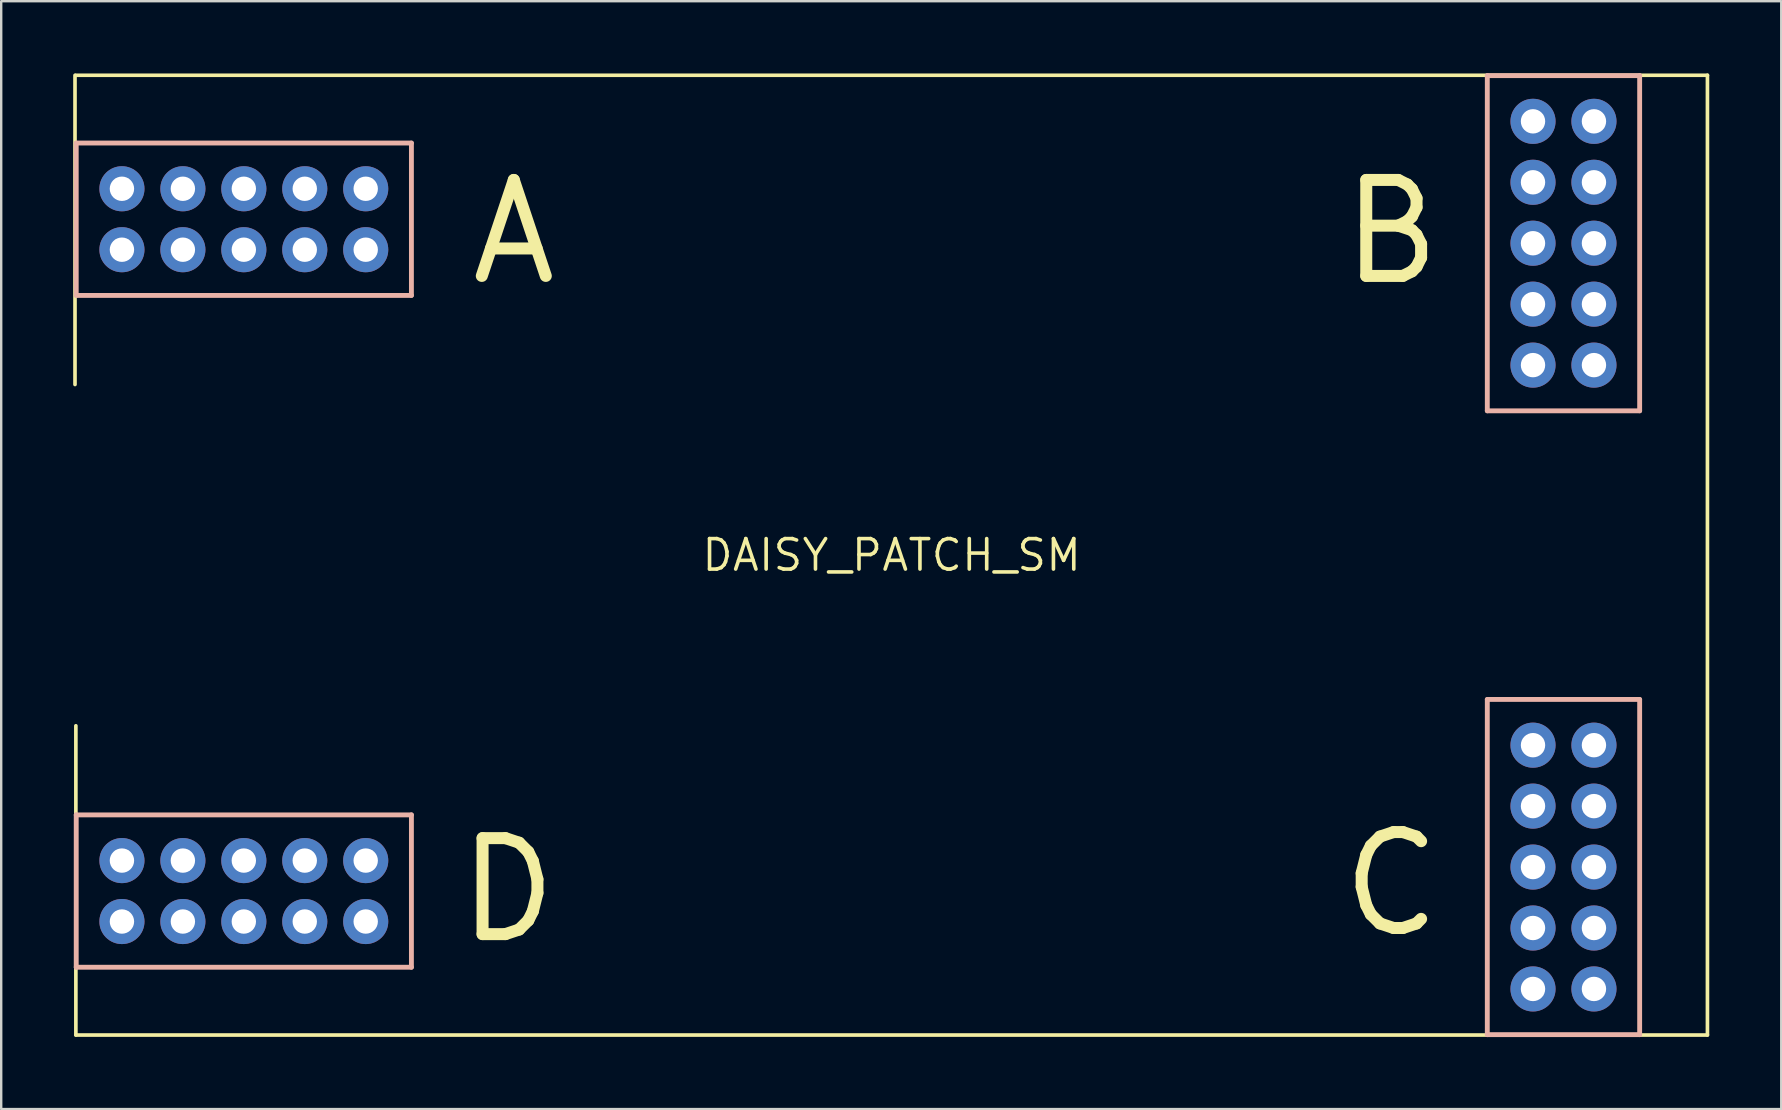
<source format=kicad_pcb>
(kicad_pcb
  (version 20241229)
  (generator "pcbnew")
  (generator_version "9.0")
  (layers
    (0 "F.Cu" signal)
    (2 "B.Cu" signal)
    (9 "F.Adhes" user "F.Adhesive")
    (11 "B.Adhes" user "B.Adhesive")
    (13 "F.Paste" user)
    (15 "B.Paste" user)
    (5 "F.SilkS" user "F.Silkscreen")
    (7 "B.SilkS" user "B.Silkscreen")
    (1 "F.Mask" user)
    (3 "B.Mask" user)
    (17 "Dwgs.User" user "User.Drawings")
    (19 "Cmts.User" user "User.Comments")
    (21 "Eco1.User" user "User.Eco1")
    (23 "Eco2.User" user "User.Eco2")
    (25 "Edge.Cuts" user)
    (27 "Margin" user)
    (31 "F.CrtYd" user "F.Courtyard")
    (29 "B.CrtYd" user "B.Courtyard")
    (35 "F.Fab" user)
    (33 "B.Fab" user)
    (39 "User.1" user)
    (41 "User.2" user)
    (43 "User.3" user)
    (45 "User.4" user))
  (footprint "DAISY_PATCH_SM"
    (layer "F.Cu")
    (at 34.112 20.087)
    (property "Reference" "DAISY_PATCH_SM" (at 0 0 0) (layer "F.SilkS") (effects (font (size 1.27 1.27) (thickness 0.15))))
    (attr through_hole)
    (fp_line (start -34.036 -7.112) (end -34.036 -20) (stroke (width 0.152) (type solid)) (layer "F.SilkS"))
    (fp_line (start -34 -20) (end 34 -20) (stroke (width 0.152) (type solid)) (layer "F.SilkS"))
    (fp_line (start -34 20) (end -34 7.112) (stroke (width 0.152) (type solid)) (layer "F.SilkS"))
    (fp_line (start -34 20) (end 34 20) (stroke (width 0.152) (type solid)) (layer "F.SilkS"))
    (fp_line (start 34 20) (end 34 -20) (stroke (width 0.152) (type solid)) (layer "F.SilkS"))
    (fp_line (start -33.985 -17.175) (end -20.015 -17.175) (stroke (width 0.203) (type solid)) (layer "B.SilkS"))
    (fp_line (start -33.985 -10.825) (end -33.985 -17.175) (stroke (width 0.203) (type solid)) (layer "B.SilkS"))
    (fp_line (start -33.985 10.825) (end -20.015 10.825) (stroke (width 0.203) (type solid)) (layer "B.SilkS"))
    (fp_line (start -33.985 17.175) (end -33.985 10.825) (stroke (width 0.203) (type solid)) (layer "B.SilkS"))
    (fp_line (start -20.015 -17.175) (end -20.015 -10.825) (stroke (width 0.203) (type solid)) (layer "B.SilkS"))
    (fp_line (start -20.015 -10.825) (end -33.985 -10.825) (stroke (width 0.203) (type solid)) (layer "B.SilkS"))
    (fp_line (start -20.015 10.825) (end -20.015 17.175) (stroke (width 0.203) (type solid)) (layer "B.SilkS"))
    (fp_line (start -20.015 17.175) (end -33.985 17.175) (stroke (width 0.203) (type solid)) (layer "B.SilkS"))
    (fp_line (start 24.825 -19.985) (end 31.175 -19.985) (stroke (width 0.203) (type solid)) (layer "B.SilkS"))
    (fp_line (start 24.825 -6.015) (end 24.825 -19.985) (stroke (width 0.203) (type solid)) (layer "B.SilkS"))
    (fp_line (start 24.825 6.015) (end 31.175 6.015) (stroke (width 0.203) (type solid)) (layer "B.SilkS"))
    (fp_line (start 24.825 19.985) (end 24.825 6.015) (stroke (width 0.203) (type solid)) (layer "B.SilkS"))
    (fp_line (start 31.175 -19.985) (end 31.175 -6.015) (stroke (width 0.203) (type solid)) (layer "B.SilkS"))
    (fp_line (start 31.175 -6.015) (end 24.825 -6.015) (stroke (width 0.203) (type solid)) (layer "B.SilkS"))
    (fp_line (start 31.175 6.015) (end 31.175 19.985) (stroke (width 0.203) (type solid)) (layer "B.SilkS"))
    (fp_line (start 31.175 19.985) (end 24.825 19.985) (stroke (width 0.203) (type solid)) (layer "B.SilkS"))
    (fp_poly (pts (xy -31.826 -15.143) (xy -31.826 -15.651) (xy -32.334 -15.651) (xy -32.334 -15.143)) (stroke (width 0.1) (type solid)) (fill no) (layer "F.Fab"))
    (fp_poly (pts (xy -31.826 -12.603) (xy -31.826 -13.111) (xy -32.334 -13.111) (xy -32.334 -12.603)) (stroke (width 0.1) (type solid)) (fill no) (layer "F.Fab"))
    (fp_poly (pts (xy -31.826 12.857) (xy -31.826 12.349) (xy -32.334 12.349) (xy -32.334 12.857)) (stroke (width 0.1) (type solid)) (fill no) (layer "F.Fab"))
    (fp_poly (pts (xy -31.826 15.397) (xy -31.826 14.889) (xy -32.334 14.889) (xy -32.334 15.397)) (stroke (width 0.1) (type solid)) (fill no) (layer "F.Fab"))
    (fp_poly (pts (xy -29.286 -14.889) (xy -29.286 -15.397) (xy -29.794 -15.397) (xy -29.794 -14.889)) (stroke (width 0.1) (type solid)) (fill no) (layer "F.Fab"))
    (fp_poly (pts (xy -29.286 -12.349) (xy -29.286 -12.857) (xy -29.794 -12.857) (xy -29.794 -12.349)) (stroke (width 0.1) (type solid)) (fill no) (layer "F.Fab"))
    (fp_poly (pts (xy -29.286 13.111) (xy -29.286 12.603) (xy -29.794 12.603) (xy -29.794 13.111)) (stroke (width 0.1) (type solid)) (fill no) (layer "F.Fab"))
    (fp_poly (pts (xy -29.286 15.651) (xy -29.286 15.143) (xy -29.794 15.143) (xy -29.794 15.651)) (stroke (width 0.1) (type solid)) (fill no) (layer "F.Fab"))
    (fp_poly (pts (xy -26.746 -15.143) (xy -26.746 -15.651) (xy -27.254 -15.651) (xy -27.254 -15.143)) (stroke (width 0.1) (type solid)) (fill no) (layer "F.Fab"))
    (fp_poly (pts (xy -26.746 -12.603) (xy -26.746 -13.111) (xy -27.254 -13.111) (xy -27.254 -12.603)) (stroke (width 0.1) (type solid)) (fill no) (layer "F.Fab"))
    (fp_poly (pts (xy -26.746 12.857) (xy -26.746 12.349) (xy -27.254 12.349) (xy -27.254 12.857)) (stroke (width 0.1) (type solid)) (fill no) (layer "F.Fab"))
    (fp_poly (pts (xy -26.746 15.397) (xy -26.746 14.889) (xy -27.254 14.889) (xy -27.254 15.397)) (stroke (width 0.1) (type solid)) (fill no) (layer "F.Fab"))
    (fp_poly (pts (xy -24.206 -15.016) (xy -24.206 -15.524) (xy -24.714 -15.524) (xy -24.714 -15.016)) (stroke (width 0.1) (type solid)) (fill no) (layer "F.Fab"))
    (fp_poly (pts (xy -24.206 -12.349) (xy -24.206 -12.857) (xy -24.714 -12.857) (xy -24.714 -12.349)) (stroke (width 0.1) (type solid)) (fill no) (layer "F.Fab"))
    (fp_poly (pts (xy -24.206 13.111) (xy -24.206 12.603) (xy -24.714 12.603) (xy -24.714 13.111)) (stroke (width 0.1) (type solid)) (fill no) (layer "F.Fab"))
    (fp_poly (pts (xy -24.206 15.651) (xy -24.206 15.143) (xy -24.714 15.143) (xy -24.714 15.651)) (stroke (width 0.1) (type solid)) (fill no) (layer "F.Fab"))
    (fp_poly (pts (xy -21.666 -15.143) (xy -21.666 -15.651) (xy -22.174 -15.651) (xy -22.174 -15.143)) (stroke (width 0.1) (type solid)) (fill no) (layer "F.Fab"))
    (fp_poly (pts (xy -21.666 -12.603) (xy -21.666 -13.111) (xy -22.174 -13.111) (xy -22.174 -12.603)) (stroke (width 0.1) (type solid)) (fill no) (layer "F.Fab"))
    (fp_poly (pts (xy -21.666 12.857) (xy -21.666 12.349) (xy -22.174 12.349) (xy -22.174 12.857)) (stroke (width 0.1) (type solid)) (fill no) (layer "F.Fab"))
    (fp_poly (pts (xy -21.666 15.397) (xy -21.666 14.889) (xy -22.174 14.889) (xy -22.174 15.397)) (stroke (width 0.1) (type solid)) (fill no) (layer "F.Fab"))
    (fp_poly (pts (xy 26.349 -15.286) (xy 26.857 -15.286) (xy 26.857 -15.794) (xy 26.349 -15.794)) (stroke (width 0.1) (type solid)) (fill no) (layer "F.Fab"))
    (fp_poly (pts (xy 26.349 -10.206) (xy 26.857 -10.206) (xy 26.857 -10.714) (xy 26.349 -10.714)) (stroke (width 0.1) (type solid)) (fill no) (layer "F.Fab"))
    (fp_poly (pts (xy 26.349 10.714) (xy 26.857 10.714) (xy 26.857 10.206) (xy 26.349 10.206)) (stroke (width 0.1) (type solid)) (fill no) (layer "F.Fab"))
    (fp_poly (pts (xy 26.349 15.794) (xy 26.857 15.794) (xy 26.857 15.286) (xy 26.349 15.286)) (stroke (width 0.1) (type solid)) (fill no) (layer "F.Fab"))
    (fp_poly (pts (xy 26.603 -17.826) (xy 27.111 -17.826) (xy 27.111 -18.334) (xy 26.603 -18.334)) (stroke (width 0.1) (type solid)) (fill no) (layer "F.Fab"))
    (fp_poly (pts (xy 26.603 -12.746) (xy 27.111 -12.746) (xy 27.111 -13.254) (xy 26.603 -13.254)) (stroke (width 0.1) (type solid)) (fill no) (layer "F.Fab"))
    (fp_poly (pts (xy 26.603 -7.666) (xy 27.111 -7.666) (xy 27.111 -8.174) (xy 26.603 -8.174)) (stroke (width 0.1) (type solid)) (fill no) (layer "F.Fab"))
    (fp_poly (pts (xy 26.603 8.174) (xy 27.111 8.174) (xy 27.111 7.666) (xy 26.603 7.666)) (stroke (width 0.1) (type solid)) (fill no) (layer "F.Fab"))
    (fp_poly (pts (xy 26.603 13.254) (xy 27.111 13.254) (xy 27.111 12.746) (xy 26.603 12.746)) (stroke (width 0.1) (type solid)) (fill no) (layer "F.Fab"))
    (fp_poly (pts (xy 26.603 18.334) (xy 27.111 18.334) (xy 27.111 17.826) (xy 26.603 17.826)) (stroke (width 0.1) (type solid)) (fill no) (layer "F.Fab"))
    (fp_poly (pts (xy 28.889 -15.286) (xy 29.397 -15.286) (xy 29.397 -15.794) (xy 28.889 -15.794)) (stroke (width 0.1) (type solid)) (fill no) (layer "F.Fab"))
    (fp_poly (pts (xy 28.889 -10.206) (xy 29.397 -10.206) (xy 29.397 -10.714) (xy 28.889 -10.714)) (stroke (width 0.1) (type solid)) (fill no) (layer "F.Fab"))
    (fp_poly (pts (xy 28.889 10.714) (xy 29.397 10.714) (xy 29.397 10.206) (xy 28.889 10.206)) (stroke (width 0.1) (type solid)) (fill no) (layer "F.Fab"))
    (fp_poly (pts (xy 28.889 15.794) (xy 29.397 15.794) (xy 29.397 15.286) (xy 28.889 15.286)) (stroke (width 0.1) (type solid)) (fill no) (layer "F.Fab"))
    (fp_poly (pts (xy 29.143 -17.826) (xy 29.651 -17.826) (xy 29.651 -18.334) (xy 29.143 -18.334)) (stroke (width 0.1) (type solid)) (fill no) (layer "F.Fab"))
    (fp_poly (pts (xy 29.143 -12.746) (xy 29.651 -12.746) (xy 29.651 -13.254) (xy 29.143 -13.254)) (stroke (width 0.1) (type solid)) (fill no) (layer "F.Fab"))
    (fp_poly (pts (xy 29.143 -7.666) (xy 29.651 -7.666) (xy 29.651 -8.174) (xy 29.143 -8.174)) (stroke (width 0.1) (type solid)) (fill no) (layer "F.Fab"))
    (fp_poly (pts (xy 29.143 8.174) (xy 29.651 8.174) (xy 29.651 7.666) (xy 29.143 7.666)) (stroke (width 0.1) (type solid)) (fill no) (layer "F.Fab"))
    (fp_poly (pts (xy 29.143 13.254) (xy 29.651 13.254) (xy 29.651 12.746) (xy 29.143 12.746)) (stroke (width 0.1) (type solid)) (fill no) (layer "F.Fab"))
    (fp_poly (pts (xy 29.143 18.334) (xy 29.651 18.334) (xy 29.651 17.826) (xy 29.143 17.826)) (stroke (width 0.1) (type solid)) (fill no) (layer "F.Fab"))
    (fp_text user "D" (at -16.002 13.97 0) (unlocked yes) (layer "F.SilkS") (effects (font (size 4 4) (thickness 0.5))))
    (fp_text user "C" (at 20.828 13.716 0) (unlocked yes) (layer "F.SilkS") (effects (font (size 4 4) (thickness 0.5))))
    (fp_text user "A" (at -15.748 -13.462 0) (unlocked yes) (layer "F.SilkS") (effects (font (size 4 4) (thickness 0.5))))
    (fp_text user "B" (at 20.828 -13.462 0) (unlocked yes) (layer "F.SilkS") (effects (font (size 4 4) (thickness 0.5))))
    (pad "A1" thru_hole circle (at -32.08 -15.27 270) (size 1.88 1.88) (drill 1.016) (layers "*.Cu" "*.Mask"))
    (pad "A2" thru_hole circle (at -29.54 -15.27 270) (size 1.88 1.88) (drill 1.016) (layers "*.Cu" "*.Mask"))
    (pad "A3" thru_hole circle (at -27 -15.27 270) (size 1.88 1.88) (drill 1.016) (layers "*.Cu" "*.Mask"))
    (pad "A4" thru_hole circle (at -24.46 -15.27 270) (size 1.88 1.88) (drill 1.016) (layers "*.Cu" "*.Mask"))
    (pad "A5" thru_hole circle (at -21.92 -15.27 270) (size 1.88 1.88) (drill 1.016) (layers "*.Cu" "*.Mask"))
    (pad "A6" thru_hole circle (at -21.92 -12.73 270) (size 1.88 1.88) (drill 1.016) (layers "*.Cu" "*.Mask"))
    (pad "A7" thru_hole circle (at -24.46 -12.73 270) (size 1.88 1.88) (drill 1.016) (layers "*.Cu" "*.Mask"))
    (pad "A8" thru_hole circle (at -27 -12.73 270) (size 1.88 1.88) (drill 1.016) (layers "*.Cu" "*.Mask"))
    (pad "A9" thru_hole circle (at -29.54 -12.73 270) (size 1.88 1.88) (drill 1.016) (layers "*.Cu" "*.Mask"))
    (pad "A10" thru_hole circle (at -32.08 -12.73 270) (size 1.88 1.88) (drill 1.016) (layers "*.Cu" "*.Mask"))
    (pad "B1" thru_hole circle (at 29.27 -18.08 180) (size 1.88 1.88) (drill 1.016) (layers "*.Cu" "*.Mask"))
    (pad "B2" thru_hole circle (at 29.27 -15.54 180) (size 1.88 1.88) (drill 1.016) (layers "*.Cu" "*.Mask"))
    (pad "B3" thru_hole circle (at 29.27 -13 180) (size 1.88 1.88) (drill 1.016) (layers "*.Cu" "*.Mask"))
    (pad "B4" thru_hole circle (at 29.27 -10.46 180) (size 1.88 1.88) (drill 1.016) (layers "*.Cu" "*.Mask"))
    (pad "B5" thru_hole circle (at 29.27 -7.92 180) (size 1.88 1.88) (drill 1.016) (layers "*.Cu" "*.Mask"))
    (pad "B6" thru_hole circle (at 26.73 -7.92 180) (size 1.88 1.88) (drill 1.016) (layers "*.Cu" "*.Mask"))
    (pad "B7" thru_hole circle (at 26.73 -10.46 180) (size 1.88 1.88) (drill 1.016) (layers "*.Cu" "*.Mask"))
    (pad "B8" thru_hole circle (at 26.73 -13 180) (size 1.88 1.88) (drill 1.016) (layers "*.Cu" "*.Mask"))
    (pad "B9" thru_hole circle (at 26.73 -15.54 180) (size 1.88 1.88) (drill 1.016) (layers "*.Cu" "*.Mask"))
    (pad "B10" thru_hole circle (at 26.73 -18.08 180) (size 1.88 1.88) (drill 1.016) (layers "*.Cu" "*.Mask"))
    (pad "C1" thru_hole circle (at 29.27 7.92 180) (size 1.88 1.88) (drill 1.016) (layers "*.Cu" "*.Mask"))
    (pad "C2" thru_hole circle (at 29.27 10.46 180) (size 1.88 1.88) (drill 1.016) (layers "*.Cu" "*.Mask"))
    (pad "C3" thru_hole circle (at 29.27 13 180) (size 1.88 1.88) (drill 1.016) (layers "*.Cu" "*.Mask"))
    (pad "C4" thru_hole circle (at 29.27 15.54 180) (size 1.88 1.88) (drill 1.016) (layers "*.Cu" "*.Mask"))
    (pad "C5" thru_hole circle (at 29.27 18.08 180) (size 1.88 1.88) (drill 1.016) (layers "*.Cu" "*.Mask"))
    (pad "C6" thru_hole circle (at 26.73 18.08 180) (size 1.88 1.88) (drill 1.016) (layers "*.Cu" "*.Mask"))
    (pad "C7" thru_hole circle (at 26.73 15.54 180) (size 1.88 1.88) (drill 1.016) (layers "*.Cu" "*.Mask"))
    (pad "C8" thru_hole circle (at 26.73 13 180) (size 1.88 1.88) (drill 1.016) (layers "*.Cu" "*.Mask"))
    (pad "C9" thru_hole circle (at 26.73 10.46 180) (size 1.88 1.88) (drill 1.016) (layers "*.Cu" "*.Mask"))
    (pad "C10" thru_hole circle (at 26.73 7.92 180) (size 1.88 1.88) (drill 1.016) (layers "*.Cu" "*.Mask"))
    (pad "D1" thru_hole circle (at -32.08 12.73 270) (size 1.88 1.88) (drill 1.016) (layers "*.Cu" "*.Mask"))
    (pad "D2" thru_hole circle (at -29.54 12.73 270) (size 1.88 1.88) (drill 1.016) (layers "*.Cu" "*.Mask"))
    (pad "D3" thru_hole circle (at -27 12.73 270) (size 1.88 1.88) (drill 1.016) (layers "*.Cu" "*.Mask"))
    (pad "D4" thru_hole circle (at -24.46 12.73 270) (size 1.88 1.88) (drill 1.016) (layers "*.Cu" "*.Mask"))
    (pad "D5" thru_hole circle (at -21.92 12.73 270) (size 1.88 1.88) (drill 1.016) (layers "*.Cu" "*.Mask"))
    (pad "D6" thru_hole circle (at -21.92 15.27 270) (size 1.88 1.88) (drill 1.016) (layers "*.Cu" "*.Mask"))
    (pad "D7" thru_hole circle (at -24.46 15.27 270) (size 1.88 1.88) (drill 1.016) (layers "*.Cu" "*.Mask"))
    (pad "D8" thru_hole circle (at -27 15.27 270) (size 1.88 1.88) (drill 1.016) (layers "*.Cu" "*.Mask"))
    (pad "D9" thru_hole circle (at -29.54 15.27 270) (size 1.88 1.88) (drill 1.016) (layers "*.Cu" "*.Mask"))
    (pad "D10" thru_hole circle (at -32.08 15.27 270) (size 1.88 1.88) (drill 1.016) (layers "*.Cu" "*.Mask")))
  (gr_rect
    (start -3 -3)
    (end 71.188 43.173)
    (stroke (width 0.1) (type default))
    (fill no)
    (layer "Edge.Cuts")))
</source>
